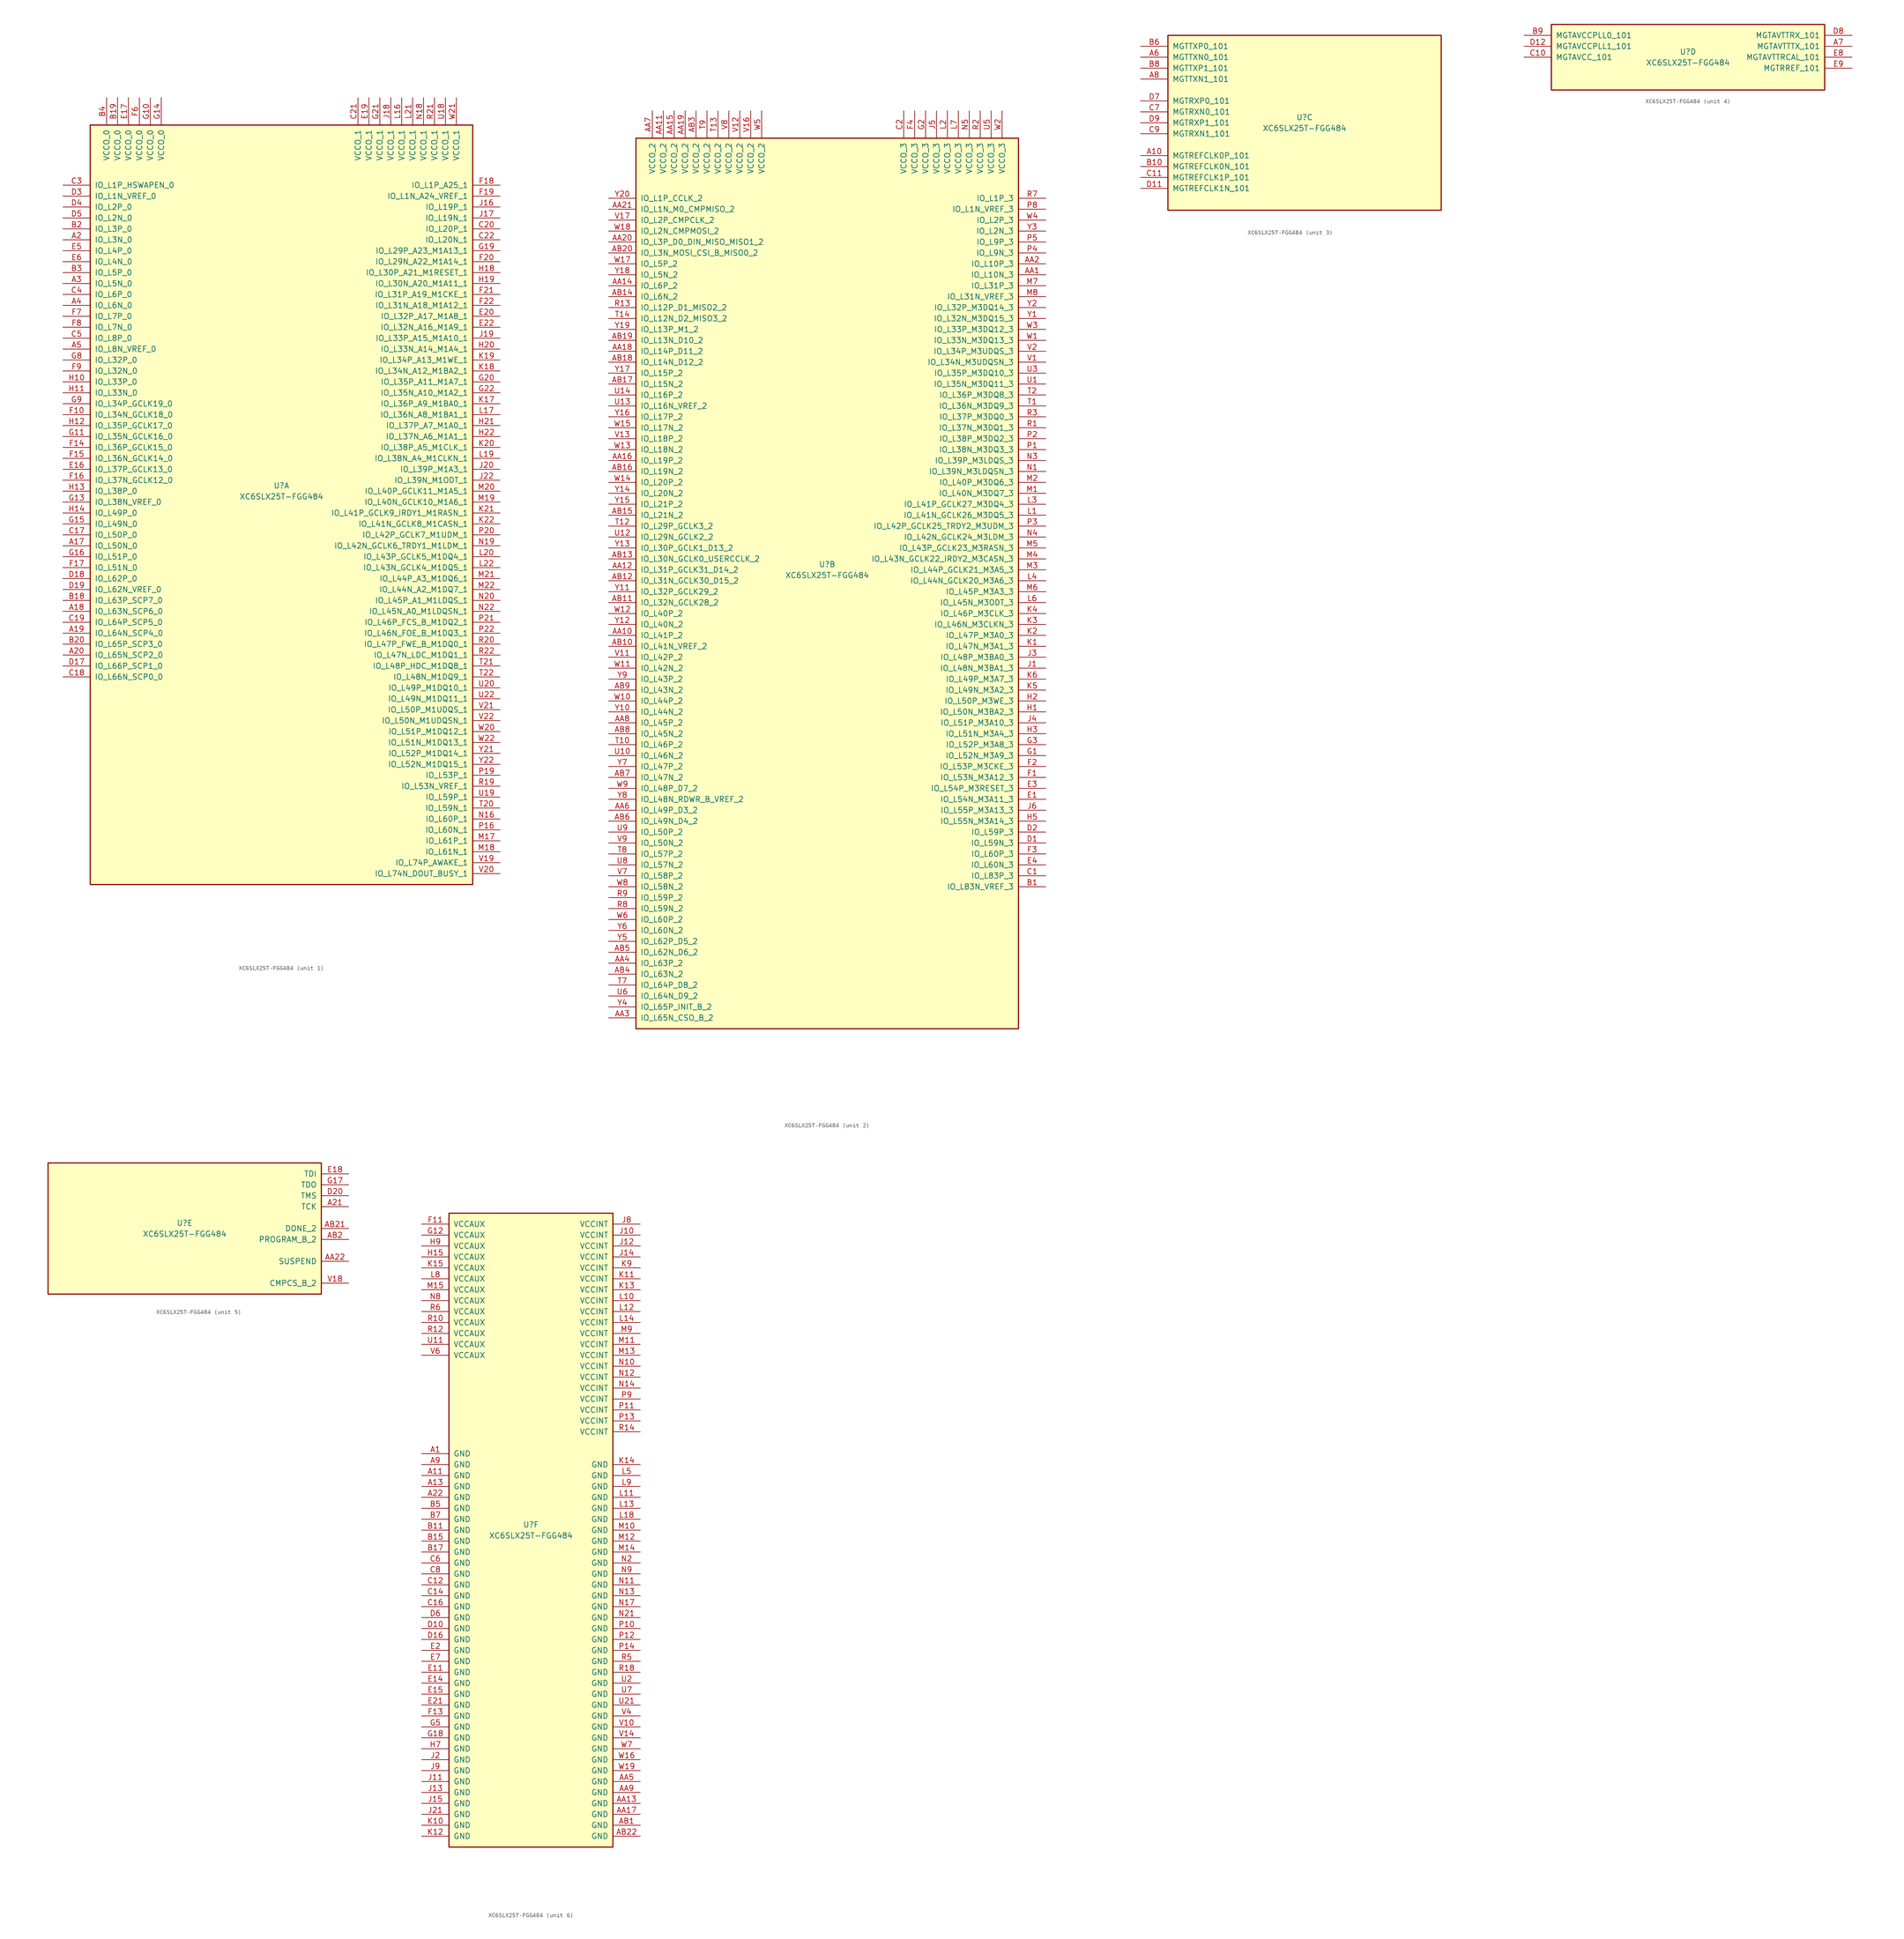
<source format=kicad_sym>
(kicad_symbol_lib
  (version 20201005)
  (generator kicad_symbol_editor)
  (symbol "FPGA_Xilinx_Spartan6:XC6SLX25T-FGG484"
    (pin_names
      (offset 1.016))
    (property "Reference" "U"
      (at 0 1.27 0)
      (effects (font (size 1.27 1.27))))
    (property "Value" "XC6SLX25T-FGG484"
      (at 0 -1.27 0)
      (effects (font (size 1.27 1.27))))
    (property "Datasheet" ""
      (at 0 0 0)
      (effects (font (size 1.27 1.27))))
    (property "ki_locked" ""
      (at 0 0 0)
      (effects (font (size 1.27 1.27))))
    (symbol "XC6SLX25T-FGG484_1_1"
      (rectangle (start -44.45 85.09) (end 44.45 -91.44) (stroke (width 0.254)) (fill (type background)))
      (pin power_in line (at -40.64 91.44 270) (length 6.35) (name "VCCO_0" (effects (font (size 1.27 1.27)))) (number "B4" (effects (font (size 1.27 1.27)))))
      (pin power_in line (at -38.1 91.44 270) (length 6.35) (name "VCCO_0" (effects (font (size 1.27 1.27)))) (number "B19" (effects (font (size 1.27 1.27)))))
      (pin power_in line (at -35.56 91.44 270) (length 6.35) (name "VCCO_0" (effects (font (size 1.27 1.27)))) (number "E17" (effects (font (size 1.27 1.27)))))
      (pin power_in line (at -33.02 91.44 270) (length 6.35) (name "VCCO_0" (effects (font (size 1.27 1.27)))) (number "F6" (effects (font (size 1.27 1.27)))))
      (pin power_in line (at -30.48 91.44 270) (length 6.35) (name "VCCO_0" (effects (font (size 1.27 1.27)))) (number "G10" (effects (font (size 1.27 1.27)))))
      (pin power_in line (at -27.94 91.44 270) (length 6.35) (name "VCCO_0" (effects (font (size 1.27 1.27)))) (number "G14" (effects (font (size 1.27 1.27)))))
      (pin bidirectional line (at -50.8 71.12 0) (length 6.35) (name "IO_L1P_HSWAPEN_0" (effects (font (size 1.27 1.27)))) (number "C3" (effects (font (size 1.27 1.27)))))
      (pin bidirectional line (at -50.8 68.58 0) (length 6.35) (name "IO_L1N_VREF_0" (effects (font (size 1.27 1.27)))) (number "D3" (effects (font (size 1.27 1.27)))))
      (pin bidirectional line (at -50.8 66.04 0) (length 6.35) (name "IO_L2P_0" (effects (font (size 1.27 1.27)))) (number "D4" (effects (font (size 1.27 1.27)))))
      (pin bidirectional line (at -50.8 63.5 0) (length 6.35) (name "IO_L2N_0" (effects (font (size 1.27 1.27)))) (number "D5" (effects (font (size 1.27 1.27)))))
      (pin bidirectional line (at -50.8 60.96 0) (length 6.35) (name "IO_L3P_0" (effects (font (size 1.27 1.27)))) (number "B2" (effects (font (size 1.27 1.27)))))
      (pin bidirectional line (at -50.8 58.42 0) (length 6.35) (name "IO_L3N_0" (effects (font (size 1.27 1.27)))) (number "A2" (effects (font (size 1.27 1.27)))))
      (pin bidirectional line (at -50.8 55.88 0) (length 6.35) (name "IO_L4P_0" (effects (font (size 1.27 1.27)))) (number "E5" (effects (font (size 1.27 1.27)))))
      (pin bidirectional line (at -50.8 53.34 0) (length 6.35) (name "IO_L4N_0" (effects (font (size 1.27 1.27)))) (number "E6" (effects (font (size 1.27 1.27)))))
      (pin bidirectional line (at -50.8 50.8 0) (length 6.35) (name "IO_L5P_0" (effects (font (size 1.27 1.27)))) (number "B3" (effects (font (size 1.27 1.27)))))
      (pin bidirectional line (at -50.8 48.26 0) (length 6.35) (name "IO_L5N_0" (effects (font (size 1.27 1.27)))) (number "A3" (effects (font (size 1.27 1.27)))))
      (pin bidirectional line (at -50.8 45.72 0) (length 6.35) (name "IO_L6P_0" (effects (font (size 1.27 1.27)))) (number "C4" (effects (font (size 1.27 1.27)))))
      (pin bidirectional line (at -50.8 43.18 0) (length 6.35) (name "IO_L6N_0" (effects (font (size 1.27 1.27)))) (number "A4" (effects (font (size 1.27 1.27)))))
      (pin bidirectional line (at -50.8 40.64 0) (length 6.35) (name "IO_L7P_0" (effects (font (size 1.27 1.27)))) (number "F7" (effects (font (size 1.27 1.27)))))
      (pin bidirectional line (at -50.8 38.1 0) (length 6.35) (name "IO_L7N_0" (effects (font (size 1.27 1.27)))) (number "F8" (effects (font (size 1.27 1.27)))))
      (pin bidirectional line (at -50.8 35.56 0) (length 6.35) (name "IO_L8P_0" (effects (font (size 1.27 1.27)))) (number "C5" (effects (font (size 1.27 1.27)))))
      (pin bidirectional line (at -50.8 33.02 0) (length 6.35) (name "IO_L8N_VREF_0" (effects (font (size 1.27 1.27)))) (number "A5" (effects (font (size 1.27 1.27)))))
      (pin bidirectional line (at -50.8 30.48 0) (length 6.35) (name "IO_L32P_0" (effects (font (size 1.27 1.27)))) (number "G8" (effects (font (size 1.27 1.27)))))
      (pin bidirectional line (at -50.8 27.94 0) (length 6.35) (name "IO_L32N_0" (effects (font (size 1.27 1.27)))) (number "F9" (effects (font (size 1.27 1.27)))))
      (pin bidirectional line (at -50.8 25.4 0) (length 6.35) (name "IO_L33P_0" (effects (font (size 1.27 1.27)))) (number "H10" (effects (font (size 1.27 1.27)))))
      (pin bidirectional line (at -50.8 22.86 0) (length 6.35) (name "IO_L33N_0" (effects (font (size 1.27 1.27)))) (number "H11" (effects (font (size 1.27 1.27)))))
      (pin bidirectional line (at -50.8 20.32 0) (length 6.35) (name "IO_L34P_GCLK19_0" (effects (font (size 1.27 1.27)))) (number "G9" (effects (font (size 1.27 1.27)))))
      (pin bidirectional line (at -50.8 17.78 0) (length 6.35) (name "IO_L34N_GCLK18_0" (effects (font (size 1.27 1.27)))) (number "F10" (effects (font (size 1.27 1.27)))))
      (pin bidirectional line (at -50.8 15.24 0) (length 6.35) (name "IO_L35P_GCLK17_0" (effects (font (size 1.27 1.27)))) (number "H12" (effects (font (size 1.27 1.27)))))
      (pin bidirectional line (at -50.8 12.7 0) (length 6.35) (name "IO_L35N_GCLK16_0" (effects (font (size 1.27 1.27)))) (number "G11" (effects (font (size 1.27 1.27)))))
      (pin bidirectional line (at -50.8 10.16 0) (length 6.35) (name "IO_L36P_GCLK15_0" (effects (font (size 1.27 1.27)))) (number "F14" (effects (font (size 1.27 1.27)))))
      (pin bidirectional line (at -50.8 7.62 0) (length 6.35) (name "IO_L36N_GCLK14_0" (effects (font (size 1.27 1.27)))) (number "F15" (effects (font (size 1.27 1.27)))))
      (pin bidirectional line (at -50.8 5.08 0) (length 6.35) (name "IO_L37P_GCLK13_0" (effects (font (size 1.27 1.27)))) (number "E16" (effects (font (size 1.27 1.27)))))
      (pin bidirectional line (at -50.8 2.54 0) (length 6.35) (name "IO_L37N_GCLK12_0" (effects (font (size 1.27 1.27)))) (number "F16" (effects (font (size 1.27 1.27)))))
      (pin bidirectional line (at -50.8 0 0) (length 6.35) (name "IO_L38P_0" (effects (font (size 1.27 1.27)))) (number "H13" (effects (font (size 1.27 1.27)))))
      (pin bidirectional line (at -50.8 -2.54 0) (length 6.35) (name "IO_L38N_VREF_0" (effects (font (size 1.27 1.27)))) (number "G13" (effects (font (size 1.27 1.27)))))
      (pin bidirectional line (at -50.8 -5.08 0) (length 6.35) (name "IO_L49P_0" (effects (font (size 1.27 1.27)))) (number "H14" (effects (font (size 1.27 1.27)))))
      (pin bidirectional line (at -50.8 -7.62 0) (length 6.35) (name "IO_L49N_0" (effects (font (size 1.27 1.27)))) (number "G15" (effects (font (size 1.27 1.27)))))
      (pin bidirectional line (at -50.8 -10.16 0) (length 6.35) (name "IO_L50P_0" (effects (font (size 1.27 1.27)))) (number "C17" (effects (font (size 1.27 1.27)))))
      (pin bidirectional line (at -50.8 -12.7 0) (length 6.35) (name "IO_L50N_0" (effects (font (size 1.27 1.27)))) (number "A17" (effects (font (size 1.27 1.27)))))
      (pin bidirectional line (at -50.8 -15.24 0) (length 6.35) (name "IO_L51P_0" (effects (font (size 1.27 1.27)))) (number "G16" (effects (font (size 1.27 1.27)))))
      (pin bidirectional line (at -50.8 -17.78 0) (length 6.35) (name "IO_L51N_0" (effects (font (size 1.27 1.27)))) (number "F17" (effects (font (size 1.27 1.27)))))
      (pin bidirectional line (at -50.8 -20.32 0) (length 6.35) (name "IO_L62P_0" (effects (font (size 1.27 1.27)))) (number "D18" (effects (font (size 1.27 1.27)))))
      (pin bidirectional line (at -50.8 -22.86 0) (length 6.35) (name "IO_L62N_VREF_0" (effects (font (size 1.27 1.27)))) (number "D19" (effects (font (size 1.27 1.27)))))
      (pin bidirectional line (at -50.8 -25.4 0) (length 6.35) (name "IO_L63P_SCP7_0" (effects (font (size 1.27 1.27)))) (number "B18" (effects (font (size 1.27 1.27)))))
      (pin bidirectional line (at -50.8 -27.94 0) (length 6.35) (name "IO_L63N_SCP6_0" (effects (font (size 1.27 1.27)))) (number "A18" (effects (font (size 1.27 1.27)))))
      (pin bidirectional line (at -50.8 -30.48 0) (length 6.35) (name "IO_L64P_SCP5_0" (effects (font (size 1.27 1.27)))) (number "C19" (effects (font (size 1.27 1.27)))))
      (pin bidirectional line (at -50.8 -33.02 0) (length 6.35) (name "IO_L64N_SCP4_0" (effects (font (size 1.27 1.27)))) (number "A19" (effects (font (size 1.27 1.27)))))
      (pin bidirectional line (at -50.8 -35.56 0) (length 6.35) (name "IO_L65P_SCP3_0" (effects (font (size 1.27 1.27)))) (number "B20" (effects (font (size 1.27 1.27)))))
      (pin bidirectional line (at -50.8 -38.1 0) (length 6.35) (name "IO_L65N_SCP2_0" (effects (font (size 1.27 1.27)))) (number "A20" (effects (font (size 1.27 1.27)))))
      (pin bidirectional line (at -50.8 -40.64 0) (length 6.35) (name "IO_L66P_SCP1_0" (effects (font (size 1.27 1.27)))) (number "D17" (effects (font (size 1.27 1.27)))))
      (pin bidirectional line (at -50.8 -43.18 0) (length 6.35) (name "IO_L66N_SCP0_0" (effects (font (size 1.27 1.27)))) (number "C18" (effects (font (size 1.27 1.27)))))
      (pin power_in line (at 17.78 91.44 270) (length 6.35) (name "VCCO_1" (effects (font (size 1.27 1.27)))) (number "C21" (effects (font (size 1.27 1.27)))))
      (pin power_in line (at 20.32 91.44 270) (length 6.35) (name "VCCO_1" (effects (font (size 1.27 1.27)))) (number "E19" (effects (font (size 1.27 1.27)))))
      (pin power_in line (at 22.86 91.44 270) (length 6.35) (name "VCCO_1" (effects (font (size 1.27 1.27)))) (number "G21" (effects (font (size 1.27 1.27)))))
      (pin power_in line (at 25.4 91.44 270) (length 6.35) (name "VCCO_1" (effects (font (size 1.27 1.27)))) (number "J18" (effects (font (size 1.27 1.27)))))
      (pin power_in line (at 27.94 91.44 270) (length 6.35) (name "VCCO_1" (effects (font (size 1.27 1.27)))) (number "L16" (effects (font (size 1.27 1.27)))))
      (pin power_in line (at 30.48 91.44 270) (length 6.35) (name "VCCO_1" (effects (font (size 1.27 1.27)))) (number "L21" (effects (font (size 1.27 1.27)))))
      (pin power_in line (at 33.02 91.44 270) (length 6.35) (name "VCCO_1" (effects (font (size 1.27 1.27)))) (number "N18" (effects (font (size 1.27 1.27)))))
      (pin power_in line (at 35.56 91.44 270) (length 6.35) (name "VCCO_1" (effects (font (size 1.27 1.27)))) (number "R21" (effects (font (size 1.27 1.27)))))
      (pin power_in line (at 38.1 91.44 270) (length 6.35) (name "VCCO_1" (effects (font (size 1.27 1.27)))) (number "U18" (effects (font (size 1.27 1.27)))))
      (pin power_in line (at 40.64 91.44 270) (length 6.35) (name "VCCO_1" (effects (font (size 1.27 1.27)))) (number "W21" (effects (font (size 1.27 1.27)))))
      (pin bidirectional line (at 50.8 71.12 180) (length 6.35) (name "IO_L1P_A25_1" (effects (font (size 1.27 1.27)))) (number "F18" (effects (font (size 1.27 1.27)))))
      (pin bidirectional line (at 50.8 68.58 180) (length 6.35) (name "IO_L1N_A24_VREF_1" (effects (font (size 1.27 1.27)))) (number "F19" (effects (font (size 1.27 1.27)))))
      (pin bidirectional line (at 50.8 66.04 180) (length 6.35) (name "IO_L19P_1" (effects (font (size 1.27 1.27)))) (number "J16" (effects (font (size 1.27 1.27)))))
      (pin bidirectional line (at 50.8 63.5 180) (length 6.35) (name "IO_L19N_1" (effects (font (size 1.27 1.27)))) (number "J17" (effects (font (size 1.27 1.27)))))
      (pin bidirectional line (at 50.8 60.96 180) (length 6.35) (name "IO_L20P_1" (effects (font (size 1.27 1.27)))) (number "C20" (effects (font (size 1.27 1.27)))))
      (pin bidirectional line (at 50.8 58.42 180) (length 6.35) (name "IO_L20N_1" (effects (font (size 1.27 1.27)))) (number "C22" (effects (font (size 1.27 1.27)))))
      (pin bidirectional line (at 50.8 55.88 180) (length 6.35) (name "IO_L29P_A23_M1A13_1" (effects (font (size 1.27 1.27)))) (number "G19" (effects (font (size 1.27 1.27)))))
      (pin bidirectional line (at 50.8 53.34 180) (length 6.35) (name "IO_L29N_A22_M1A14_1" (effects (font (size 1.27 1.27)))) (number "F20" (effects (font (size 1.27 1.27)))))
      (pin bidirectional line (at 50.8 50.8 180) (length 6.35) (name "IO_L30P_A21_M1RESET_1" (effects (font (size 1.27 1.27)))) (number "H18" (effects (font (size 1.27 1.27)))))
      (pin bidirectional line (at 50.8 48.26 180) (length 6.35) (name "IO_L30N_A20_M1A11_1" (effects (font (size 1.27 1.27)))) (number "H19" (effects (font (size 1.27 1.27)))))
      (pin bidirectional line (at 50.8 45.72 180) (length 6.35) (name "IO_L31P_A19_M1CKE_1" (effects (font (size 1.27 1.27)))) (number "F21" (effects (font (size 1.27 1.27)))))
      (pin bidirectional line (at 50.8 43.18 180) (length 6.35) (name "IO_L31N_A18_M1A12_1" (effects (font (size 1.27 1.27)))) (number "F22" (effects (font (size 1.27 1.27)))))
      (pin bidirectional line (at 50.8 40.64 180) (length 6.35) (name "IO_L32P_A17_M1A8_1" (effects (font (size 1.27 1.27)))) (number "E20" (effects (font (size 1.27 1.27)))))
      (pin bidirectional line (at 50.8 38.1 180) (length 6.35) (name "IO_L32N_A16_M1A9_1" (effects (font (size 1.27 1.27)))) (number "E22" (effects (font (size 1.27 1.27)))))
      (pin bidirectional line (at 50.8 35.56 180) (length 6.35) (name "IO_L33P_A15_M1A10_1" (effects (font (size 1.27 1.27)))) (number "J19" (effects (font (size 1.27 1.27)))))
      (pin bidirectional line (at 50.8 33.02 180) (length 6.35) (name "IO_L33N_A14_M1A4_1" (effects (font (size 1.27 1.27)))) (number "H20" (effects (font (size 1.27 1.27)))))
      (pin bidirectional line (at 50.8 30.48 180) (length 6.35) (name "IO_L34P_A13_M1WE_1" (effects (font (size 1.27 1.27)))) (number "K19" (effects (font (size 1.27 1.27)))))
      (pin bidirectional line (at 50.8 27.94 180) (length 6.35) (name "IO_L34N_A12_M1BA2_1" (effects (font (size 1.27 1.27)))) (number "K18" (effects (font (size 1.27 1.27)))))
      (pin bidirectional line (at 50.8 25.4 180) (length 6.35) (name "IO_L35P_A11_M1A7_1" (effects (font (size 1.27 1.27)))) (number "G20" (effects (font (size 1.27 1.27)))))
      (pin bidirectional line (at 50.8 22.86 180) (length 6.35) (name "IO_L35N_A10_M1A2_1" (effects (font (size 1.27 1.27)))) (number "G22" (effects (font (size 1.27 1.27)))))
      (pin bidirectional line (at 50.8 20.32 180) (length 6.35) (name "IO_L36P_A9_M1BA0_1" (effects (font (size 1.27 1.27)))) (number "K17" (effects (font (size 1.27 1.27)))))
      (pin bidirectional line (at 50.8 17.78 180) (length 6.35) (name "IO_L36N_A8_M1BA1_1" (effects (font (size 1.27 1.27)))) (number "L17" (effects (font (size 1.27 1.27)))))
      (pin bidirectional line (at 50.8 15.24 180) (length 6.35) (name "IO_L37P_A7_M1A0_1" (effects (font (size 1.27 1.27)))) (number "H21" (effects (font (size 1.27 1.27)))))
      (pin bidirectional line (at 50.8 12.7 180) (length 6.35) (name "IO_L37N_A6_M1A1_1" (effects (font (size 1.27 1.27)))) (number "H22" (effects (font (size 1.27 1.27)))))
      (pin bidirectional line (at 50.8 10.16 180) (length 6.35) (name "IO_L38P_A5_M1CLK_1" (effects (font (size 1.27 1.27)))) (number "K20" (effects (font (size 1.27 1.27)))))
      (pin bidirectional line (at 50.8 7.62 180) (length 6.35) (name "IO_L38N_A4_M1CLKN_1" (effects (font (size 1.27 1.27)))) (number "L19" (effects (font (size 1.27 1.27)))))
      (pin bidirectional line (at 50.8 5.08 180) (length 6.35) (name "IO_L39P_M1A3_1" (effects (font (size 1.27 1.27)))) (number "J20" (effects (font (size 1.27 1.27)))))
      (pin bidirectional line (at 50.8 2.54 180) (length 6.35) (name "IO_L39N_M1ODT_1" (effects (font (size 1.27 1.27)))) (number "J22" (effects (font (size 1.27 1.27)))))
      (pin bidirectional line (at 50.8 0 180) (length 6.35) (name "IO_L40P_GCLK11_M1A5_1" (effects (font (size 1.27 1.27)))) (number "M20" (effects (font (size 1.27 1.27)))))
      (pin bidirectional line (at 50.8 -2.54 180) (length 6.35) (name "IO_L40N_GCLK10_M1A6_1" (effects (font (size 1.27 1.27)))) (number "M19" (effects (font (size 1.27 1.27)))))
      (pin bidirectional line (at 50.8 -5.08 180) (length 6.35) (name "IO_L41P_GCLK9_IRDY1_M1RASN_1" (effects (font (size 1.27 1.27)))) (number "K21" (effects (font (size 1.27 1.27)))))
      (pin bidirectional line (at 50.8 -7.62 180) (length 6.35) (name "IO_L41N_GCLK8_M1CASN_1" (effects (font (size 1.27 1.27)))) (number "K22" (effects (font (size 1.27 1.27)))))
      (pin bidirectional line (at 50.8 -10.16 180) (length 6.35) (name "IO_L42P_GCLK7_M1UDM_1" (effects (font (size 1.27 1.27)))) (number "P20" (effects (font (size 1.27 1.27)))))
      (pin bidirectional line (at 50.8 -12.7 180) (length 6.35) (name "IO_L42N_GCLK6_TRDY1_M1LDM_1" (effects (font (size 1.27 1.27)))) (number "N19" (effects (font (size 1.27 1.27)))))
      (pin bidirectional line (at 50.8 -15.24 180) (length 6.35) (name "IO_L43P_GCLK5_M1DQ4_1" (effects (font (size 1.27 1.27)))) (number "L20" (effects (font (size 1.27 1.27)))))
      (pin bidirectional line (at 50.8 -17.78 180) (length 6.35) (name "IO_L43N_GCLK4_M1DQ5_1" (effects (font (size 1.27 1.27)))) (number "L22" (effects (font (size 1.27 1.27)))))
      (pin bidirectional line (at 50.8 -20.32 180) (length 6.35) (name "IO_L44P_A3_M1DQ6_1" (effects (font (size 1.27 1.27)))) (number "M21" (effects (font (size 1.27 1.27)))))
      (pin bidirectional line (at 50.8 -22.86 180) (length 6.35) (name "IO_L44N_A2_M1DQ7_1" (effects (font (size 1.27 1.27)))) (number "M22" (effects (font (size 1.27 1.27)))))
      (pin bidirectional line (at 50.8 -25.4 180) (length 6.35) (name "IO_L45P_A1_M1LDQS_1" (effects (font (size 1.27 1.27)))) (number "N20" (effects (font (size 1.27 1.27)))))
      (pin bidirectional line (at 50.8 -27.94 180) (length 6.35) (name "IO_L45N_A0_M1LDQSN_1" (effects (font (size 1.27 1.27)))) (number "N22" (effects (font (size 1.27 1.27)))))
      (pin bidirectional line (at 50.8 -30.48 180) (length 6.35) (name "IO_L46P_FCS_B_M1DQ2_1" (effects (font (size 1.27 1.27)))) (number "P21" (effects (font (size 1.27 1.27)))))
      (pin bidirectional line (at 50.8 -33.02 180) (length 6.35) (name "IO_L46N_FOE_B_M1DQ3_1" (effects (font (size 1.27 1.27)))) (number "P22" (effects (font (size 1.27 1.27)))))
      (pin bidirectional line (at 50.8 -35.56 180) (length 6.35) (name "IO_L47P_FWE_B_M1DQ0_1" (effects (font (size 1.27 1.27)))) (number "R20" (effects (font (size 1.27 1.27)))))
      (pin bidirectional line (at 50.8 -38.1 180) (length 6.35) (name "IO_L47N_LDC_M1DQ1_1" (effects (font (size 1.27 1.27)))) (number "R22" (effects (font (size 1.27 1.27)))))
      (pin bidirectional line (at 50.8 -40.64 180) (length 6.35) (name "IO_L48P_HDC_M1DQ8_1" (effects (font (size 1.27 1.27)))) (number "T21" (effects (font (size 1.27 1.27)))))
      (pin bidirectional line (at 50.8 -43.18 180) (length 6.35) (name "IO_L48N_M1DQ9_1" (effects (font (size 1.27 1.27)))) (number "T22" (effects (font (size 1.27 1.27)))))
      (pin bidirectional line (at 50.8 -45.72 180) (length 6.35) (name "IO_L49P_M1DQ10_1" (effects (font (size 1.27 1.27)))) (number "U20" (effects (font (size 1.27 1.27)))))
      (pin bidirectional line (at 50.8 -48.26 180) (length 6.35) (name "IO_L49N_M1DQ11_1" (effects (font (size 1.27 1.27)))) (number "U22" (effects (font (size 1.27 1.27)))))
      (pin bidirectional line (at 50.8 -50.8 180) (length 6.35) (name "IO_L50P_M1UDQS_1" (effects (font (size 1.27 1.27)))) (number "V21" (effects (font (size 1.27 1.27)))))
      (pin bidirectional line (at 50.8 -53.34 180) (length 6.35) (name "IO_L50N_M1UDQSN_1" (effects (font (size 1.27 1.27)))) (number "V22" (effects (font (size 1.27 1.27)))))
      (pin bidirectional line (at 50.8 -55.88 180) (length 6.35) (name "IO_L51P_M1DQ12_1" (effects (font (size 1.27 1.27)))) (number "W20" (effects (font (size 1.27 1.27)))))
      (pin bidirectional line (at 50.8 -58.42 180) (length 6.35) (name "IO_L51N_M1DQ13_1" (effects (font (size 1.27 1.27)))) (number "W22" (effects (font (size 1.27 1.27)))))
      (pin bidirectional line (at 50.8 -60.96 180) (length 6.35) (name "IO_L52P_M1DQ14_1" (effects (font (size 1.27 1.27)))) (number "Y21" (effects (font (size 1.27 1.27)))))
      (pin bidirectional line (at 50.8 -63.5 180) (length 6.35) (name "IO_L52N_M1DQ15_1" (effects (font (size 1.27 1.27)))) (number "Y22" (effects (font (size 1.27 1.27)))))
      (pin bidirectional line (at 50.8 -66.04 180) (length 6.35) (name "IO_L53P_1" (effects (font (size 1.27 1.27)))) (number "P19" (effects (font (size 1.27 1.27)))))
      (pin bidirectional line (at 50.8 -68.58 180) (length 6.35) (name "IO_L53N_VREF_1" (effects (font (size 1.27 1.27)))) (number "R19" (effects (font (size 1.27 1.27)))))
      (pin bidirectional line (at 50.8 -71.12 180) (length 6.35) (name "IO_L59P_1" (effects (font (size 1.27 1.27)))) (number "U19" (effects (font (size 1.27 1.27)))))
      (pin bidirectional line (at 50.8 -73.66 180) (length 6.35) (name "IO_L59N_1" (effects (font (size 1.27 1.27)))) (number "T20" (effects (font (size 1.27 1.27)))))
      (pin bidirectional line (at 50.8 -76.2 180) (length 6.35) (name "IO_L60P_1" (effects (font (size 1.27 1.27)))) (number "N16" (effects (font (size 1.27 1.27)))))
      (pin bidirectional line (at 50.8 -78.74 180) (length 6.35) (name "IO_L60N_1" (effects (font (size 1.27 1.27)))) (number "P16" (effects (font (size 1.27 1.27)))))
      (pin bidirectional line (at 50.8 -81.28 180) (length 6.35) (name "IO_L61P_1" (effects (font (size 1.27 1.27)))) (number "M17" (effects (font (size 1.27 1.27)))))
      (pin bidirectional line (at 50.8 -83.82 180) (length 6.35) (name "IO_L61N_1" (effects (font (size 1.27 1.27)))) (number "M18" (effects (font (size 1.27 1.27)))))
      (pin bidirectional line (at 50.8 -86.36 180) (length 6.35) (name "IO_L74P_AWAKE_1" (effects (font (size 1.27 1.27)))) (number "V19" (effects (font (size 1.27 1.27)))))
      (pin bidirectional line (at 50.8 -88.9 180) (length 6.35) (name "IO_L74N_DOUT_BUSY_1" (effects (font (size 1.27 1.27)))) (number "V20" (effects (font (size 1.27 1.27))))))
    (symbol "XC6SLX25T-FGG484_2_1"
      (rectangle (start -44.45 100.33) (end 44.45 -106.68) (stroke (width 0.254)) (fill (type background)))
      (pin power_in line (at -40.64 106.68 270) (length 6.35) (name "VCCO_2" (effects (font (size 1.27 1.27)))) (number "AA7" (effects (font (size 1.27 1.27)))))
      (pin power_in line (at -38.1 106.68 270) (length 6.35) (name "VCCO_2" (effects (font (size 1.27 1.27)))) (number "AA11" (effects (font (size 1.27 1.27)))))
      (pin power_in line (at -35.56 106.68 270) (length 6.35) (name "VCCO_2" (effects (font (size 1.27 1.27)))) (number "AA15" (effects (font (size 1.27 1.27)))))
      (pin power_in line (at -33.02 106.68 270) (length 6.35) (name "VCCO_2" (effects (font (size 1.27 1.27)))) (number "AA19" (effects (font (size 1.27 1.27)))))
      (pin power_in line (at -30.48 106.68 270) (length 6.35) (name "VCCO_2" (effects (font (size 1.27 1.27)))) (number "AB3" (effects (font (size 1.27 1.27)))))
      (pin power_in line (at -27.94 106.68 270) (length 6.35) (name "VCCO_2" (effects (font (size 1.27 1.27)))) (number "T9" (effects (font (size 1.27 1.27)))))
      (pin power_in line (at -25.4 106.68 270) (length 6.35) (name "VCCO_2" (effects (font (size 1.27 1.27)))) (number "T13" (effects (font (size 1.27 1.27)))))
      (pin power_in line (at -22.86 106.68 270) (length 6.35) (name "VCCO_2" (effects (font (size 1.27 1.27)))) (number "V8" (effects (font (size 1.27 1.27)))))
      (pin power_in line (at -20.32 106.68 270) (length 6.35) (name "VCCO_2" (effects (font (size 1.27 1.27)))) (number "V12" (effects (font (size 1.27 1.27)))))
      (pin power_in line (at -17.78 106.68 270) (length 6.35) (name "VCCO_2" (effects (font (size 1.27 1.27)))) (number "V16" (effects (font (size 1.27 1.27)))))
      (pin power_in line (at -15.24 106.68 270) (length 6.35) (name "VCCO_2" (effects (font (size 1.27 1.27)))) (number "W5" (effects (font (size 1.27 1.27)))))
      (pin bidirectional line (at -50.8 86.36 0) (length 6.35) (name "IO_L1P_CCLK_2" (effects (font (size 1.27 1.27)))) (number "Y20" (effects (font (size 1.27 1.27)))))
      (pin bidirectional line (at -50.8 83.82 0) (length 6.35) (name "IO_L1N_M0_CMPMISO_2" (effects (font (size 1.27 1.27)))) (number "AA21" (effects (font (size 1.27 1.27)))))
      (pin bidirectional line (at -50.8 81.28 0) (length 6.35) (name "IO_L2P_CMPCLK_2" (effects (font (size 1.27 1.27)))) (number "V17" (effects (font (size 1.27 1.27)))))
      (pin bidirectional line (at -50.8 78.74 0) (length 6.35) (name "IO_L2N_CMPMOSI_2" (effects (font (size 1.27 1.27)))) (number "W18" (effects (font (size 1.27 1.27)))))
      (pin bidirectional line (at -50.8 76.2 0) (length 6.35) (name "IO_L3P_D0_DIN_MISO_MISO1_2" (effects (font (size 1.27 1.27)))) (number "AA20" (effects (font (size 1.27 1.27)))))
      (pin bidirectional line (at -50.8 73.66 0) (length 6.35) (name "IO_L3N_MOSI_CSI_B_MISO0_2" (effects (font (size 1.27 1.27)))) (number "AB20" (effects (font (size 1.27 1.27)))))
      (pin bidirectional line (at -50.8 71.12 0) (length 6.35) (name "IO_L5P_2" (effects (font (size 1.27 1.27)))) (number "W17" (effects (font (size 1.27 1.27)))))
      (pin bidirectional line (at -50.8 68.58 0) (length 6.35) (name "IO_L5N_2" (effects (font (size 1.27 1.27)))) (number "Y18" (effects (font (size 1.27 1.27)))))
      (pin bidirectional line (at -50.8 66.04 0) (length 6.35) (name "IO_L6P_2" (effects (font (size 1.27 1.27)))) (number "AA14" (effects (font (size 1.27 1.27)))))
      (pin bidirectional line (at -50.8 63.5 0) (length 6.35) (name "IO_L6N_2" (effects (font (size 1.27 1.27)))) (number "AB14" (effects (font (size 1.27 1.27)))))
      (pin bidirectional line (at -50.8 60.96 0) (length 6.35) (name "IO_L12P_D1_MISO2_2" (effects (font (size 1.27 1.27)))) (number "R13" (effects (font (size 1.27 1.27)))))
      (pin bidirectional line (at -50.8 58.42 0) (length 6.35) (name "IO_L12N_D2_MISO3_2" (effects (font (size 1.27 1.27)))) (number "T14" (effects (font (size 1.27 1.27)))))
      (pin bidirectional line (at -50.8 55.88 0) (length 6.35) (name "IO_L13P_M1_2" (effects (font (size 1.27 1.27)))) (number "Y19" (effects (font (size 1.27 1.27)))))
      (pin bidirectional line (at -50.8 53.34 0) (length 6.35) (name "IO_L13N_D10_2" (effects (font (size 1.27 1.27)))) (number "AB19" (effects (font (size 1.27 1.27)))))
      (pin bidirectional line (at -50.8 50.8 0) (length 6.35) (name "IO_L14P_D11_2" (effects (font (size 1.27 1.27)))) (number "AA18" (effects (font (size 1.27 1.27)))))
      (pin bidirectional line (at -50.8 48.26 0) (length 6.35) (name "IO_L14N_D12_2" (effects (font (size 1.27 1.27)))) (number "AB18" (effects (font (size 1.27 1.27)))))
      (pin bidirectional line (at -50.8 45.72 0) (length 6.35) (name "IO_L15P_2" (effects (font (size 1.27 1.27)))) (number "Y17" (effects (font (size 1.27 1.27)))))
      (pin bidirectional line (at -50.8 43.18 0) (length 6.35) (name "IO_L15N_2" (effects (font (size 1.27 1.27)))) (number "AB17" (effects (font (size 1.27 1.27)))))
      (pin bidirectional line (at -50.8 40.64 0) (length 6.35) (name "IO_L16P_2" (effects (font (size 1.27 1.27)))) (number "U14" (effects (font (size 1.27 1.27)))))
      (pin bidirectional line (at -50.8 38.1 0) (length 6.35) (name "IO_L16N_VREF_2" (effects (font (size 1.27 1.27)))) (number "U13" (effects (font (size 1.27 1.27)))))
      (pin bidirectional line (at -50.8 35.56 0) (length 6.35) (name "IO_L17P_2" (effects (font (size 1.27 1.27)))) (number "Y16" (effects (font (size 1.27 1.27)))))
      (pin bidirectional line (at -50.8 33.02 0) (length 6.35) (name "IO_L17N_2" (effects (font (size 1.27 1.27)))) (number "W15" (effects (font (size 1.27 1.27)))))
      (pin bidirectional line (at -50.8 30.48 0) (length 6.35) (name "IO_L18P_2" (effects (font (size 1.27 1.27)))) (number "V13" (effects (font (size 1.27 1.27)))))
      (pin bidirectional line (at -50.8 27.94 0) (length 6.35) (name "IO_L18N_2" (effects (font (size 1.27 1.27)))) (number "W13" (effects (font (size 1.27 1.27)))))
      (pin bidirectional line (at -50.8 25.4 0) (length 6.35) (name "IO_L19P_2" (effects (font (size 1.27 1.27)))) (number "AA16" (effects (font (size 1.27 1.27)))))
      (pin bidirectional line (at -50.8 22.86 0) (length 6.35) (name "IO_L19N_2" (effects (font (size 1.27 1.27)))) (number "AB16" (effects (font (size 1.27 1.27)))))
      (pin bidirectional line (at -50.8 20.32 0) (length 6.35) (name "IO_L20P_2" (effects (font (size 1.27 1.27)))) (number "W14" (effects (font (size 1.27 1.27)))))
      (pin bidirectional line (at -50.8 17.78 0) (length 6.35) (name "IO_L20N_2" (effects (font (size 1.27 1.27)))) (number "Y14" (effects (font (size 1.27 1.27)))))
      (pin bidirectional line (at -50.8 15.24 0) (length 6.35) (name "IO_L21P_2" (effects (font (size 1.27 1.27)))) (number "Y15" (effects (font (size 1.27 1.27)))))
      (pin bidirectional line (at -50.8 12.7 0) (length 6.35) (name "IO_L21N_2" (effects (font (size 1.27 1.27)))) (number "AB15" (effects (font (size 1.27 1.27)))))
      (pin bidirectional line (at -50.8 10.16 0) (length 6.35) (name "IO_L29P_GCLK3_2" (effects (font (size 1.27 1.27)))) (number "T12" (effects (font (size 1.27 1.27)))))
      (pin bidirectional line (at -50.8 7.62 0) (length 6.35) (name "IO_L29N_GCLK2_2" (effects (font (size 1.27 1.27)))) (number "U12" (effects (font (size 1.27 1.27)))))
      (pin bidirectional line (at -50.8 5.08 0) (length 6.35) (name "IO_L30P_GCLK1_D13_2" (effects (font (size 1.27 1.27)))) (number "Y13" (effects (font (size 1.27 1.27)))))
      (pin bidirectional line (at -50.8 2.54 0) (length 6.35) (name "IO_L30N_GCLK0_USERCCLK_2" (effects (font (size 1.27 1.27)))) (number "AB13" (effects (font (size 1.27 1.27)))))
      (pin bidirectional line (at -50.8 0 0) (length 6.35) (name "IO_L31P_GCLK31_D14_2" (effects (font (size 1.27 1.27)))) (number "AA12" (effects (font (size 1.27 1.27)))))
      (pin bidirectional line (at -50.8 -2.54 0) (length 6.35) (name "IO_L31N_GCLK30_D15_2" (effects (font (size 1.27 1.27)))) (number "AB12" (effects (font (size 1.27 1.27)))))
      (pin bidirectional line (at -50.8 -5.08 0) (length 6.35) (name "IO_L32P_GCLK29_2" (effects (font (size 1.27 1.27)))) (number "Y11" (effects (font (size 1.27 1.27)))))
      (pin bidirectional line (at -50.8 -7.62 0) (length 6.35) (name "IO_L32N_GCLK28_2" (effects (font (size 1.27 1.27)))) (number "AB11" (effects (font (size 1.27 1.27)))))
      (pin bidirectional line (at -50.8 -10.16 0) (length 6.35) (name "IO_L40P_2" (effects (font (size 1.27 1.27)))) (number "W12" (effects (font (size 1.27 1.27)))))
      (pin bidirectional line (at -50.8 -12.7 0) (length 6.35) (name "IO_L40N_2" (effects (font (size 1.27 1.27)))) (number "Y12" (effects (font (size 1.27 1.27)))))
      (pin bidirectional line (at -50.8 -15.24 0) (length 6.35) (name "IO_L41P_2" (effects (font (size 1.27 1.27)))) (number "AA10" (effects (font (size 1.27 1.27)))))
      (pin bidirectional line (at -50.8 -17.78 0) (length 6.35) (name "IO_L41N_VREF_2" (effects (font (size 1.27 1.27)))) (number "AB10" (effects (font (size 1.27 1.27)))))
      (pin bidirectional line (at -50.8 -20.32 0) (length 6.35) (name "IO_L42P_2" (effects (font (size 1.27 1.27)))) (number "V11" (effects (font (size 1.27 1.27)))))
      (pin bidirectional line (at -50.8 -22.86 0) (length 6.35) (name "IO_L42N_2" (effects (font (size 1.27 1.27)))) (number "W11" (effects (font (size 1.27 1.27)))))
      (pin bidirectional line (at -50.8 -25.4 0) (length 6.35) (name "IO_L43P_2" (effects (font (size 1.27 1.27)))) (number "Y9" (effects (font (size 1.27 1.27)))))
      (pin bidirectional line (at -50.8 -27.94 0) (length 6.35) (name "IO_L43N_2" (effects (font (size 1.27 1.27)))) (number "AB9" (effects (font (size 1.27 1.27)))))
      (pin bidirectional line (at -50.8 -30.48 0) (length 6.35) (name "IO_L44P_2" (effects (font (size 1.27 1.27)))) (number "W10" (effects (font (size 1.27 1.27)))))
      (pin bidirectional line (at -50.8 -33.02 0) (length 6.35) (name "IO_L44N_2" (effects (font (size 1.27 1.27)))) (number "Y10" (effects (font (size 1.27 1.27)))))
      (pin bidirectional line (at -50.8 -35.56 0) (length 6.35) (name "IO_L45P_2" (effects (font (size 1.27 1.27)))) (number "AA8" (effects (font (size 1.27 1.27)))))
      (pin bidirectional line (at -50.8 -38.1 0) (length 6.35) (name "IO_L45N_2" (effects (font (size 1.27 1.27)))) (number "AB8" (effects (font (size 1.27 1.27)))))
      (pin bidirectional line (at -50.8 -40.64 0) (length 6.35) (name "IO_L46P_2" (effects (font (size 1.27 1.27)))) (number "T10" (effects (font (size 1.27 1.27)))))
      (pin bidirectional line (at -50.8 -43.18 0) (length 6.35) (name "IO_L46N_2" (effects (font (size 1.27 1.27)))) (number "U10" (effects (font (size 1.27 1.27)))))
      (pin bidirectional line (at -50.8 -45.72 0) (length 6.35) (name "IO_L47P_2" (effects (font (size 1.27 1.27)))) (number "Y7" (effects (font (size 1.27 1.27)))))
      (pin bidirectional line (at -50.8 -48.26 0) (length 6.35) (name "IO_L47N_2" (effects (font (size 1.27 1.27)))) (number "AB7" (effects (font (size 1.27 1.27)))))
      (pin bidirectional line (at -50.8 -50.8 0) (length 6.35) (name "IO_L48P_D7_2" (effects (font (size 1.27 1.27)))) (number "W9" (effects (font (size 1.27 1.27)))))
      (pin bidirectional line (at -50.8 -53.34 0) (length 6.35) (name "IO_L48N_RDWR_B_VREF_2" (effects (font (size 1.27 1.27)))) (number "Y8" (effects (font (size 1.27 1.27)))))
      (pin bidirectional line (at -50.8 -55.88 0) (length 6.35) (name "IO_L49P_D3_2" (effects (font (size 1.27 1.27)))) (number "AA6" (effects (font (size 1.27 1.27)))))
      (pin bidirectional line (at -50.8 -58.42 0) (length 6.35) (name "IO_L49N_D4_2" (effects (font (size 1.27 1.27)))) (number "AB6" (effects (font (size 1.27 1.27)))))
      (pin bidirectional line (at -50.8 -60.96 0) (length 6.35) (name "IO_L50P_2" (effects (font (size 1.27 1.27)))) (number "U9" (effects (font (size 1.27 1.27)))))
      (pin bidirectional line (at -50.8 -63.5 0) (length 6.35) (name "IO_L50N_2" (effects (font (size 1.27 1.27)))) (number "V9" (effects (font (size 1.27 1.27)))))
      (pin bidirectional line (at -50.8 -66.04 0) (length 6.35) (name "IO_L57P_2" (effects (font (size 1.27 1.27)))) (number "T8" (effects (font (size 1.27 1.27)))))
      (pin bidirectional line (at -50.8 -68.58 0) (length 6.35) (name "IO_L57N_2" (effects (font (size 1.27 1.27)))) (number "U8" (effects (font (size 1.27 1.27)))))
      (pin bidirectional line (at -50.8 -71.12 0) (length 6.35) (name "IO_L58P_2" (effects (font (size 1.27 1.27)))) (number "V7" (effects (font (size 1.27 1.27)))))
      (pin bidirectional line (at -50.8 -73.66 0) (length 6.35) (name "IO_L58N_2" (effects (font (size 1.27 1.27)))) (number "W8" (effects (font (size 1.27 1.27)))))
      (pin bidirectional line (at -50.8 -76.2 0) (length 6.35) (name "IO_L59P_2" (effects (font (size 1.27 1.27)))) (number "R9" (effects (font (size 1.27 1.27)))))
      (pin bidirectional line (at -50.8 -78.74 0) (length 6.35) (name "IO_L59N_2" (effects (font (size 1.27 1.27)))) (number "R8" (effects (font (size 1.27 1.27)))))
      (pin bidirectional line (at -50.8 -81.28 0) (length 6.35) (name "IO_L60P_2" (effects (font (size 1.27 1.27)))) (number "W6" (effects (font (size 1.27 1.27)))))
      (pin bidirectional line (at -50.8 -83.82 0) (length 6.35) (name "IO_L60N_2" (effects (font (size 1.27 1.27)))) (number "Y6" (effects (font (size 1.27 1.27)))))
      (pin bidirectional line (at -50.8 -86.36 0) (length 6.35) (name "IO_L62P_D5_2" (effects (font (size 1.27 1.27)))) (number "Y5" (effects (font (size 1.27 1.27)))))
      (pin bidirectional line (at -50.8 -88.9 0) (length 6.35) (name "IO_L62N_D6_2" (effects (font (size 1.27 1.27)))) (number "AB5" (effects (font (size 1.27 1.27)))))
      (pin bidirectional line (at -50.8 -91.44 0) (length 6.35) (name "IO_L63P_2" (effects (font (size 1.27 1.27)))) (number "AA4" (effects (font (size 1.27 1.27)))))
      (pin bidirectional line (at -50.8 -93.98 0) (length 6.35) (name "IO_L63N_2" (effects (font (size 1.27 1.27)))) (number "AB4" (effects (font (size 1.27 1.27)))))
      (pin bidirectional line (at -50.8 -96.52 0) (length 6.35) (name "IO_L64P_D8_2" (effects (font (size 1.27 1.27)))) (number "T7" (effects (font (size 1.27 1.27)))))
      (pin bidirectional line (at -50.8 -99.06 0) (length 6.35) (name "IO_L64N_D9_2" (effects (font (size 1.27 1.27)))) (number "U6" (effects (font (size 1.27 1.27)))))
      (pin bidirectional line (at -50.8 -101.6 0) (length 6.35) (name "IO_L65P_INIT_B_2" (effects (font (size 1.27 1.27)))) (number "Y4" (effects (font (size 1.27 1.27)))))
      (pin bidirectional line (at -50.8 -104.14 0) (length 6.35) (name "IO_L65N_CSO_B_2" (effects (font (size 1.27 1.27)))) (number "AA3" (effects (font (size 1.27 1.27)))))
      (pin power_in line (at 17.78 106.68 270) (length 6.35) (name "VCCO_3" (effects (font (size 1.27 1.27)))) (number "C2" (effects (font (size 1.27 1.27)))))
      (pin power_in line (at 20.32 106.68 270) (length 6.35) (name "VCCO_3" (effects (font (size 1.27 1.27)))) (number "F4" (effects (font (size 1.27 1.27)))))
      (pin power_in line (at 22.86 106.68 270) (length 6.35) (name "VCCO_3" (effects (font (size 1.27 1.27)))) (number "G2" (effects (font (size 1.27 1.27)))))
      (pin power_in line (at 25.4 106.68 270) (length 6.35) (name "VCCO_3" (effects (font (size 1.27 1.27)))) (number "J5" (effects (font (size 1.27 1.27)))))
      (pin power_in line (at 27.94 106.68 270) (length 6.35) (name "VCCO_3" (effects (font (size 1.27 1.27)))) (number "L2" (effects (font (size 1.27 1.27)))))
      (pin power_in line (at 30.48 106.68 270) (length 6.35) (name "VCCO_3" (effects (font (size 1.27 1.27)))) (number "L7" (effects (font (size 1.27 1.27)))))
      (pin power_in line (at 33.02 106.68 270) (length 6.35) (name "VCCO_3" (effects (font (size 1.27 1.27)))) (number "N5" (effects (font (size 1.27 1.27)))))
      (pin power_in line (at 35.56 106.68 270) (length 6.35) (name "VCCO_3" (effects (font (size 1.27 1.27)))) (number "R2" (effects (font (size 1.27 1.27)))))
      (pin power_in line (at 38.1 106.68 270) (length 6.35) (name "VCCO_3" (effects (font (size 1.27 1.27)))) (number "U5" (effects (font (size 1.27 1.27)))))
      (pin power_in line (at 40.64 106.68 270) (length 6.35) (name "VCCO_3" (effects (font (size 1.27 1.27)))) (number "W2" (effects (font (size 1.27 1.27)))))
      (pin bidirectional line (at 50.8 86.36 180) (length 6.35) (name "IO_L1P_3" (effects (font (size 1.27 1.27)))) (number "R7" (effects (font (size 1.27 1.27)))))
      (pin bidirectional line (at 50.8 83.82 180) (length 6.35) (name "IO_L1N_VREF_3" (effects (font (size 1.27 1.27)))) (number "P8" (effects (font (size 1.27 1.27)))))
      (pin bidirectional line (at 50.8 81.28 180) (length 6.35) (name "IO_L2P_3" (effects (font (size 1.27 1.27)))) (number "W4" (effects (font (size 1.27 1.27)))))
      (pin bidirectional line (at 50.8 78.74 180) (length 6.35) (name "IO_L2N_3" (effects (font (size 1.27 1.27)))) (number "Y3" (effects (font (size 1.27 1.27)))))
      (pin bidirectional line (at 50.8 76.2 180) (length 6.35) (name "IO_L9P_3" (effects (font (size 1.27 1.27)))) (number "P5" (effects (font (size 1.27 1.27)))))
      (pin bidirectional line (at 50.8 73.66 180) (length 6.35) (name "IO_L9N_3" (effects (font (size 1.27 1.27)))) (number "P4" (effects (font (size 1.27 1.27)))))
      (pin bidirectional line (at 50.8 71.12 180) (length 6.35) (name "IO_L10P_3" (effects (font (size 1.27 1.27)))) (number "AA2" (effects (font (size 1.27 1.27)))))
      (pin bidirectional line (at 50.8 68.58 180) (length 6.35) (name "IO_L10N_3" (effects (font (size 1.27 1.27)))) (number "AA1" (effects (font (size 1.27 1.27)))))
      (pin bidirectional line (at 50.8 66.04 180) (length 6.35) (name "IO_L31P_3" (effects (font (size 1.27 1.27)))) (number "M7" (effects (font (size 1.27 1.27)))))
      (pin bidirectional line (at 50.8 63.5 180) (length 6.35) (name "IO_L31N_VREF_3" (effects (font (size 1.27 1.27)))) (number "M8" (effects (font (size 1.27 1.27)))))
      (pin bidirectional line (at 50.8 60.96 180) (length 6.35) (name "IO_L32P_M3DQ14_3" (effects (font (size 1.27 1.27)))) (number "Y2" (effects (font (size 1.27 1.27)))))
      (pin bidirectional line (at 50.8 58.42 180) (length 6.35) (name "IO_L32N_M3DQ15_3" (effects (font (size 1.27 1.27)))) (number "Y1" (effects (font (size 1.27 1.27)))))
      (pin bidirectional line (at 50.8 55.88 180) (length 6.35) (name "IO_L33P_M3DQ12_3" (effects (font (size 1.27 1.27)))) (number "W3" (effects (font (size 1.27 1.27)))))
      (pin bidirectional line (at 50.8 53.34 180) (length 6.35) (name "IO_L33N_M3DQ13_3" (effects (font (size 1.27 1.27)))) (number "W1" (effects (font (size 1.27 1.27)))))
      (pin bidirectional line (at 50.8 50.8 180) (length 6.35) (name "IO_L34P_M3UDQS_3" (effects (font (size 1.27 1.27)))) (number "V2" (effects (font (size 1.27 1.27)))))
      (pin bidirectional line (at 50.8 48.26 180) (length 6.35) (name "IO_L34N_M3UDQSN_3" (effects (font (size 1.27 1.27)))) (number "V1" (effects (font (size 1.27 1.27)))))
      (pin bidirectional line (at 50.8 45.72 180) (length 6.35) (name "IO_L35P_M3DQ10_3" (effects (font (size 1.27 1.27)))) (number "U3" (effects (font (size 1.27 1.27)))))
      (pin bidirectional line (at 50.8 43.18 180) (length 6.35) (name "IO_L35N_M3DQ11_3" (effects (font (size 1.27 1.27)))) (number "U1" (effects (font (size 1.27 1.27)))))
      (pin bidirectional line (at 50.8 40.64 180) (length 6.35) (name "IO_L36P_M3DQ8_3" (effects (font (size 1.27 1.27)))) (number "T2" (effects (font (size 1.27 1.27)))))
      (pin bidirectional line (at 50.8 38.1 180) (length 6.35) (name "IO_L36N_M3DQ9_3" (effects (font (size 1.27 1.27)))) (number "T1" (effects (font (size 1.27 1.27)))))
      (pin bidirectional line (at 50.8 35.56 180) (length 6.35) (name "IO_L37P_M3DQ0_3" (effects (font (size 1.27 1.27)))) (number "R3" (effects (font (size 1.27 1.27)))))
      (pin bidirectional line (at 50.8 33.02 180) (length 6.35) (name "IO_L37N_M3DQ1_3" (effects (font (size 1.27 1.27)))) (number "R1" (effects (font (size 1.27 1.27)))))
      (pin bidirectional line (at 50.8 30.48 180) (length 6.35) (name "IO_L38P_M3DQ2_3" (effects (font (size 1.27 1.27)))) (number "P2" (effects (font (size 1.27 1.27)))))
      (pin bidirectional line (at 50.8 27.94 180) (length 6.35) (name "IO_L38N_M3DQ3_3" (effects (font (size 1.27 1.27)))) (number "P1" (effects (font (size 1.27 1.27)))))
      (pin bidirectional line (at 50.8 25.4 180) (length 6.35) (name "IO_L39P_M3LDQS_3" (effects (font (size 1.27 1.27)))) (number "N3" (effects (font (size 1.27 1.27)))))
      (pin bidirectional line (at 50.8 22.86 180) (length 6.35) (name "IO_L39N_M3LDQSN_3" (effects (font (size 1.27 1.27)))) (number "N1" (effects (font (size 1.27 1.27)))))
      (pin bidirectional line (at 50.8 20.32 180) (length 6.35) (name "IO_L40P_M3DQ6_3" (effects (font (size 1.27 1.27)))) (number "M2" (effects (font (size 1.27 1.27)))))
      (pin bidirectional line (at 50.8 17.78 180) (length 6.35) (name "IO_L40N_M3DQ7_3" (effects (font (size 1.27 1.27)))) (number "M1" (effects (font (size 1.27 1.27)))))
      (pin bidirectional line (at 50.8 15.24 180) (length 6.35) (name "IO_L41P_GCLK27_M3DQ4_3" (effects (font (size 1.27 1.27)))) (number "L3" (effects (font (size 1.27 1.27)))))
      (pin bidirectional line (at 50.8 12.7 180) (length 6.35) (name "IO_L41N_GCLK26_M3DQ5_3" (effects (font (size 1.27 1.27)))) (number "L1" (effects (font (size 1.27 1.27)))))
      (pin bidirectional line (at 50.8 10.16 180) (length 6.35) (name "IO_L42P_GCLK25_TRDY2_M3UDM_3" (effects (font (size 1.27 1.27)))) (number "P3" (effects (font (size 1.27 1.27)))))
      (pin bidirectional line (at 50.8 7.62 180) (length 6.35) (name "IO_L42N_GCLK24_M3LDM_3" (effects (font (size 1.27 1.27)))) (number "N4" (effects (font (size 1.27 1.27)))))
      (pin bidirectional line (at 50.8 5.08 180) (length 6.35) (name "IO_L43P_GCLK23_M3RASN_3" (effects (font (size 1.27 1.27)))) (number "M5" (effects (font (size 1.27 1.27)))))
      (pin bidirectional line (at 50.8 2.54 180) (length 6.35) (name "IO_L43N_GCLK22_IRDY2_M3CASN_3" (effects (font (size 1.27 1.27)))) (number "M4" (effects (font (size 1.27 1.27)))))
      (pin bidirectional line (at 50.8 0 180) (length 6.35) (name "IO_L44P_GCLK21_M3A5_3" (effects (font (size 1.27 1.27)))) (number "M3" (effects (font (size 1.27 1.27)))))
      (pin bidirectional line (at 50.8 -2.54 180) (length 6.35) (name "IO_L44N_GCLK20_M3A6_3" (effects (font (size 1.27 1.27)))) (number "L4" (effects (font (size 1.27 1.27)))))
      (pin bidirectional line (at 50.8 -5.08 180) (length 6.35) (name "IO_L45P_M3A3_3" (effects (font (size 1.27 1.27)))) (number "M6" (effects (font (size 1.27 1.27)))))
      (pin bidirectional line (at 50.8 -7.62 180) (length 6.35) (name "IO_L45N_M3ODT_3" (effects (font (size 1.27 1.27)))) (number "L6" (effects (font (size 1.27 1.27)))))
      (pin bidirectional line (at 50.8 -10.16 180) (length 6.35) (name "IO_L46P_M3CLK_3" (effects (font (size 1.27 1.27)))) (number "K4" (effects (font (size 1.27 1.27)))))
      (pin bidirectional line (at 50.8 -12.7 180) (length 6.35) (name "IO_L46N_M3CLKN_3" (effects (font (size 1.27 1.27)))) (number "K3" (effects (font (size 1.27 1.27)))))
      (pin bidirectional line (at 50.8 -15.24 180) (length 6.35) (name "IO_L47P_M3A0_3" (effects (font (size 1.27 1.27)))) (number "K2" (effects (font (size 1.27 1.27)))))
      (pin bidirectional line (at 50.8 -17.78 180) (length 6.35) (name "IO_L47N_M3A1_3" (effects (font (size 1.27 1.27)))) (number "K1" (effects (font (size 1.27 1.27)))))
      (pin bidirectional line (at 50.8 -20.32 180) (length 6.35) (name "IO_L48P_M3BA0_3" (effects (font (size 1.27 1.27)))) (number "J3" (effects (font (size 1.27 1.27)))))
      (pin bidirectional line (at 50.8 -22.86 180) (length 6.35) (name "IO_L48N_M3BA1_3" (effects (font (size 1.27 1.27)))) (number "J1" (effects (font (size 1.27 1.27)))))
      (pin bidirectional line (at 50.8 -25.4 180) (length 6.35) (name "IO_L49P_M3A7_3" (effects (font (size 1.27 1.27)))) (number "K6" (effects (font (size 1.27 1.27)))))
      (pin bidirectional line (at 50.8 -27.94 180) (length 6.35) (name "IO_L49N_M3A2_3" (effects (font (size 1.27 1.27)))) (number "K5" (effects (font (size 1.27 1.27)))))
      (pin bidirectional line (at 50.8 -30.48 180) (length 6.35) (name "IO_L50P_M3WE_3" (effects (font (size 1.27 1.27)))) (number "H2" (effects (font (size 1.27 1.27)))))
      (pin bidirectional line (at 50.8 -33.02 180) (length 6.35) (name "IO_L50N_M3BA2_3" (effects (font (size 1.27 1.27)))) (number "H1" (effects (font (size 1.27 1.27)))))
      (pin bidirectional line (at 50.8 -35.56 180) (length 6.35) (name "IO_L51P_M3A10_3" (effects (font (size 1.27 1.27)))) (number "J4" (effects (font (size 1.27 1.27)))))
      (pin bidirectional line (at 50.8 -38.1 180) (length 6.35) (name "IO_L51N_M3A4_3" (effects (font (size 1.27 1.27)))) (number "H3" (effects (font (size 1.27 1.27)))))
      (pin bidirectional line (at 50.8 -40.64 180) (length 6.35) (name "IO_L52P_M3A8_3" (effects (font (size 1.27 1.27)))) (number "G3" (effects (font (size 1.27 1.27)))))
      (pin bidirectional line (at 50.8 -43.18 180) (length 6.35) (name "IO_L52N_M3A9_3" (effects (font (size 1.27 1.27)))) (number "G1" (effects (font (size 1.27 1.27)))))
      (pin bidirectional line (at 50.8 -45.72 180) (length 6.35) (name "IO_L53P_M3CKE_3" (effects (font (size 1.27 1.27)))) (number "F2" (effects (font (size 1.27 1.27)))))
      (pin bidirectional line (at 50.8 -48.26 180) (length 6.35) (name "IO_L53N_M3A12_3" (effects (font (size 1.27 1.27)))) (number "F1" (effects (font (size 1.27 1.27)))))
      (pin bidirectional line (at 50.8 -50.8 180) (length 6.35) (name "IO_L54P_M3RESET_3" (effects (font (size 1.27 1.27)))) (number "E3" (effects (font (size 1.27 1.27)))))
      (pin bidirectional line (at 50.8 -53.34 180) (length 6.35) (name "IO_L54N_M3A11_3" (effects (font (size 1.27 1.27)))) (number "E1" (effects (font (size 1.27 1.27)))))
      (pin bidirectional line (at 50.8 -55.88 180) (length 6.35) (name "IO_L55P_M3A13_3" (effects (font (size 1.27 1.27)))) (number "J6" (effects (font (size 1.27 1.27)))))
      (pin bidirectional line (at 50.8 -58.42 180) (length 6.35) (name "IO_L55N_M3A14_3" (effects (font (size 1.27 1.27)))) (number "H5" (effects (font (size 1.27 1.27)))))
      (pin bidirectional line (at 50.8 -60.96 180) (length 6.35) (name "IO_L59P_3" (effects (font (size 1.27 1.27)))) (number "D2" (effects (font (size 1.27 1.27)))))
      (pin bidirectional line (at 50.8 -63.5 180) (length 6.35) (name "IO_L59N_3" (effects (font (size 1.27 1.27)))) (number "D1" (effects (font (size 1.27 1.27)))))
      (pin bidirectional line (at 50.8 -66.04 180) (length 6.35) (name "IO_L60P_3" (effects (font (size 1.27 1.27)))) (number "F3" (effects (font (size 1.27 1.27)))))
      (pin bidirectional line (at 50.8 -68.58 180) (length 6.35) (name "IO_L60N_3" (effects (font (size 1.27 1.27)))) (number "E4" (effects (font (size 1.27 1.27)))))
      (pin bidirectional line (at 50.8 -71.12 180) (length 6.35) (name "IO_L83P_3" (effects (font (size 1.27 1.27)))) (number "C1" (effects (font (size 1.27 1.27)))))
      (pin bidirectional line (at 50.8 -73.66 180) (length 6.35) (name "IO_L83N_VREF_3" (effects (font (size 1.27 1.27)))) (number "B1" (effects (font (size 1.27 1.27))))))
    (symbol "XC6SLX25T-FGG484_3_1"
      (rectangle (start -31.75 20.32) (end 31.75 -20.32) (stroke (width 0.254)) (fill (type background)))
      (pin bidirectional line (at -38.1 17.78 0) (length 6.35) (name "MGTTXP0_101" (effects (font (size 1.27 1.27)))) (number "B6" (effects (font (size 1.27 1.27)))))
      (pin bidirectional line (at -38.1 15.24 0) (length 6.35) (name "MGTTXN0_101" (effects (font (size 1.27 1.27)))) (number "A6" (effects (font (size 1.27 1.27)))))
      (pin bidirectional line (at -38.1 12.7 0) (length 6.35) (name "MGTTXP1_101" (effects (font (size 1.27 1.27)))) (number "B8" (effects (font (size 1.27 1.27)))))
      (pin bidirectional line (at -38.1 10.16 0) (length 6.35) (name "MGTTXN1_101" (effects (font (size 1.27 1.27)))) (number "A8" (effects (font (size 1.27 1.27)))))
      (pin bidirectional line (at -38.1 5.08 0) (length 6.35) (name "MGTRXP0_101" (effects (font (size 1.27 1.27)))) (number "D7" (effects (font (size 1.27 1.27)))))
      (pin bidirectional line (at -38.1 2.54 0) (length 6.35) (name "MGTRXN0_101" (effects (font (size 1.27 1.27)))) (number "C7" (effects (font (size 1.27 1.27)))))
      (pin bidirectional line (at -38.1 0 0) (length 6.35) (name "MGTRXP1_101" (effects (font (size 1.27 1.27)))) (number "D9" (effects (font (size 1.27 1.27)))))
      (pin bidirectional line (at -38.1 -2.54 0) (length 6.35) (name "MGTRXN1_101" (effects (font (size 1.27 1.27)))) (number "C9" (effects (font (size 1.27 1.27)))))
      (pin bidirectional line (at -38.1 -7.62 0) (length 6.35) (name "MGTREFCLK0P_101" (effects (font (size 1.27 1.27)))) (number "A10" (effects (font (size 1.27 1.27)))))
      (pin bidirectional line (at -38.1 -10.16 0) (length 6.35) (name "MGTREFCLK0N_101" (effects (font (size 1.27 1.27)))) (number "B10" (effects (font (size 1.27 1.27)))))
      (pin bidirectional line (at -38.1 -12.7 0) (length 6.35) (name "MGTREFCLK1P_101" (effects (font (size 1.27 1.27)))) (number "C11" (effects (font (size 1.27 1.27)))))
      (pin bidirectional line (at -38.1 -15.24 0) (length 6.35) (name "MGTREFCLK1N_101" (effects (font (size 1.27 1.27)))) (number "D11" (effects (font (size 1.27 1.27))))))
    (symbol "XC6SLX25T-FGG484_4_1"
      (rectangle (start -31.75 7.62) (end 31.75 -7.62) (stroke (width 0.254)) (fill (type background)))
      (pin power_in line (at -38.1 5.08 0) (length 6.35) (name "MGTAVCCPLL0_101" (effects (font (size 1.27 1.27)))) (number "B9" (effects (font (size 1.27 1.27)))))
      (pin power_in line (at -38.1 2.54 0) (length 6.35) (name "MGTAVCCPLL1_101" (effects (font (size 1.27 1.27)))) (number "D12" (effects (font (size 1.27 1.27)))))
      (pin power_in line (at -38.1 0 0) (length 6.35) (name "MGTAVCC_101" (effects (font (size 1.27 1.27)))) (number "C10" (effects (font (size 1.27 1.27)))))
      (pin power_in line (at 38.1 5.08 180) (length 6.35) (name "MGTAVTTRX_101" (effects (font (size 1.27 1.27)))) (number "D8" (effects (font (size 1.27 1.27)))))
      (pin power_in line (at 38.1 2.54 180) (length 6.35) (name "MGTAVTTTX_101" (effects (font (size 1.27 1.27)))) (number "A7" (effects (font (size 1.27 1.27)))))
      (pin power_in line (at 38.1 0 180) (length 6.35) (name "MGTAVTTRCAL_101" (effects (font (size 1.27 1.27)))) (number "E8" (effects (font (size 1.27 1.27)))))
      (pin power_in line (at 38.1 -2.54 180) (length 6.35) (name "MGTRREF_101" (effects (font (size 1.27 1.27)))) (number "E9" (effects (font (size 1.27 1.27))))))
    (symbol "XC6SLX25T-FGG484_5_1"
      (rectangle (start -31.75 15.24) (end 31.75 -15.24) (stroke (width 0.254)) (fill (type background)))
      (pin bidirectional line (at 38.1 12.7 180) (length 6.35) (name "TDI" (effects (font (size 1.27 1.27)))) (number "E18" (effects (font (size 1.27 1.27)))))
      (pin bidirectional line (at 38.1 10.16 180) (length 6.35) (name "TDO" (effects (font (size 1.27 1.27)))) (number "G17" (effects (font (size 1.27 1.27)))))
      (pin bidirectional line (at 38.1 7.62 180) (length 6.35) (name "TMS" (effects (font (size 1.27 1.27)))) (number "D20" (effects (font (size 1.27 1.27)))))
      (pin bidirectional line (at 38.1 5.08 180) (length 6.35) (name "TCK" (effects (font (size 1.27 1.27)))) (number "A21" (effects (font (size 1.27 1.27)))))
      (pin bidirectional line (at 38.1 0 180) (length 6.35) (name "DONE_2" (effects (font (size 1.27 1.27)))) (number "AB21" (effects (font (size 1.27 1.27)))))
      (pin bidirectional line (at 38.1 -2.54 180) (length 6.35) (name "PROGRAM_B_2" (effects (font (size 1.27 1.27)))) (number "AB2" (effects (font (size 1.27 1.27)))))
      (pin bidirectional line (at 38.1 -7.62 180) (length 6.35) (name "SUSPEND" (effects (font (size 1.27 1.27)))) (number "AA22" (effects (font (size 1.27 1.27)))))
      (pin bidirectional line (at 38.1 -12.7 180) (length 6.35) (name "CMPCS_B_2" (effects (font (size 1.27 1.27)))) (number "V18" (effects (font (size 1.27 1.27))))))
    (symbol "XC6SLX25T-FGG484_6_1"
      (rectangle (start -19.05 73.66) (end 19.05 -73.66) (stroke (width 0.254)) (fill (type background)))
      (pin power_in line (at -25.4 71.12 0) (length 6.35) (name "VCCAUX" (effects (font (size 1.27 1.27)))) (number "F11" (effects (font (size 1.27 1.27)))))
      (pin power_in line (at -25.4 68.58 0) (length 6.35) (name "VCCAUX" (effects (font (size 1.27 1.27)))) (number "G12" (effects (font (size 1.27 1.27)))))
      (pin power_in line (at -25.4 66.04 0) (length 6.35) (name "VCCAUX" (effects (font (size 1.27 1.27)))) (number "H9" (effects (font (size 1.27 1.27)))))
      (pin power_in line (at -25.4 63.5 0) (length 6.35) (name "VCCAUX" (effects (font (size 1.27 1.27)))) (number "H15" (effects (font (size 1.27 1.27)))))
      (pin power_in line (at -25.4 60.96 0) (length 6.35) (name "VCCAUX" (effects (font (size 1.27 1.27)))) (number "K15" (effects (font (size 1.27 1.27)))))
      (pin power_in line (at -25.4 58.42 0) (length 6.35) (name "VCCAUX" (effects (font (size 1.27 1.27)))) (number "L8" (effects (font (size 1.27 1.27)))))
      (pin power_in line (at -25.4 55.88 0) (length 6.35) (name "VCCAUX" (effects (font (size 1.27 1.27)))) (number "M15" (effects (font (size 1.27 1.27)))))
      (pin power_in line (at -25.4 53.34 0) (length 6.35) (name "VCCAUX" (effects (font (size 1.27 1.27)))) (number "N8" (effects (font (size 1.27 1.27)))))
      (pin power_in line (at -25.4 50.8 0) (length 6.35) (name "VCCAUX" (effects (font (size 1.27 1.27)))) (number "R6" (effects (font (size 1.27 1.27)))))
      (pin power_in line (at -25.4 48.26 0) (length 6.35) (name "VCCAUX" (effects (font (size 1.27 1.27)))) (number "R10" (effects (font (size 1.27 1.27)))))
      (pin power_in line (at -25.4 45.72 0) (length 6.35) (name "VCCAUX" (effects (font (size 1.27 1.27)))) (number "R12" (effects (font (size 1.27 1.27)))))
      (pin power_in line (at -25.4 43.18 0) (length 6.35) (name "VCCAUX" (effects (font (size 1.27 1.27)))) (number "U11" (effects (font (size 1.27 1.27)))))
      (pin power_in line (at -25.4 40.64 0) (length 6.35) (name "VCCAUX" (effects (font (size 1.27 1.27)))) (number "V6" (effects (font (size 1.27 1.27)))))
      (pin power_in line (at -25.4 17.78 0) (length 6.35) (name "GND" (effects (font (size 1.27 1.27)))) (number "A1" (effects (font (size 1.27 1.27)))))
      (pin power_in line (at -25.4 15.24 0) (length 6.35) (name "GND" (effects (font (size 1.27 1.27)))) (number "A9" (effects (font (size 1.27 1.27)))))
      (pin power_in line (at -25.4 12.7 0) (length 6.35) (name "GND" (effects (font (size 1.27 1.27)))) (number "A11" (effects (font (size 1.27 1.27)))))
      (pin power_in line (at -25.4 10.16 0) (length 6.35) (name "GND" (effects (font (size 1.27 1.27)))) (number "A13" (effects (font (size 1.27 1.27)))))
      (pin power_in line (at -25.4 7.62 0) (length 6.35) (name "GND" (effects (font (size 1.27 1.27)))) (number "A22" (effects (font (size 1.27 1.27)))))
      (pin power_in line (at -25.4 5.08 0) (length 6.35) (name "GND" (effects (font (size 1.27 1.27)))) (number "B5" (effects (font (size 1.27 1.27)))))
      (pin power_in line (at -25.4 2.54 0) (length 6.35) (name "GND" (effects (font (size 1.27 1.27)))) (number "B7" (effects (font (size 1.27 1.27)))))
      (pin power_in line (at -25.4 0 0) (length 6.35) (name "GND" (effects (font (size 1.27 1.27)))) (number "B11" (effects (font (size 1.27 1.27)))))
      (pin power_in line (at -25.4 -2.54 0) (length 6.35) (name "GND" (effects (font (size 1.27 1.27)))) (number "B15" (effects (font (size 1.27 1.27)))))
      (pin power_in line (at -25.4 -5.08 0) (length 6.35) (name "GND" (effects (font (size 1.27 1.27)))) (number "B17" (effects (font (size 1.27 1.27)))))
      (pin power_in line (at -25.4 -7.62 0) (length 6.35) (name "GND" (effects (font (size 1.27 1.27)))) (number "C6" (effects (font (size 1.27 1.27)))))
      (pin power_in line (at -25.4 -10.16 0) (length 6.35) (name "GND" (effects (font (size 1.27 1.27)))) (number "C8" (effects (font (size 1.27 1.27)))))
      (pin power_in line (at -25.4 -12.7 0) (length 6.35) (name "GND" (effects (font (size 1.27 1.27)))) (number "C12" (effects (font (size 1.27 1.27)))))
      (pin power_in line (at -25.4 -15.24 0) (length 6.35) (name "GND" (effects (font (size 1.27 1.27)))) (number "C14" (effects (font (size 1.27 1.27)))))
      (pin power_in line (at -25.4 -17.78 0) (length 6.35) (name "GND" (effects (font (size 1.27 1.27)))) (number "C16" (effects (font (size 1.27 1.27)))))
      (pin power_in line (at -25.4 -20.32 0) (length 6.35) (name "GND" (effects (font (size 1.27 1.27)))) (number "D6" (effects (font (size 1.27 1.27)))))
      (pin power_in line (at -25.4 -22.86 0) (length 6.35) (name "GND" (effects (font (size 1.27 1.27)))) (number "D10" (effects (font (size 1.27 1.27)))))
      (pin power_in line (at -25.4 -25.4 0) (length 6.35) (name "GND" (effects (font (size 1.27 1.27)))) (number "D16" (effects (font (size 1.27 1.27)))))
      (pin power_in line (at -25.4 -27.94 0) (length 6.35) (name "GND" (effects (font (size 1.27 1.27)))) (number "E2" (effects (font (size 1.27 1.27)))))
      (pin power_in line (at -25.4 -30.48 0) (length 6.35) (name "GND" (effects (font (size 1.27 1.27)))) (number "E7" (effects (font (size 1.27 1.27)))))
      (pin power_in line (at -25.4 -33.02 0) (length 6.35) (name "GND" (effects (font (size 1.27 1.27)))) (number "E11" (effects (font (size 1.27 1.27)))))
      (pin power_in line (at -25.4 -35.56 0) (length 6.35) (name "GND" (effects (font (size 1.27 1.27)))) (number "E14" (effects (font (size 1.27 1.27)))))
      (pin power_in line (at -25.4 -38.1 0) (length 6.35) (name "GND" (effects (font (size 1.27 1.27)))) (number "E15" (effects (font (size 1.27 1.27)))))
      (pin power_in line (at -25.4 -40.64 0) (length 6.35) (name "GND" (effects (font (size 1.27 1.27)))) (number "E21" (effects (font (size 1.27 1.27)))))
      (pin power_in line (at -25.4 -43.18 0) (length 6.35) (name "GND" (effects (font (size 1.27 1.27)))) (number "F13" (effects (font (size 1.27 1.27)))))
      (pin power_in line (at -25.4 -45.72 0) (length 6.35) (name "GND" (effects (font (size 1.27 1.27)))) (number "G5" (effects (font (size 1.27 1.27)))))
      (pin power_in line (at -25.4 -48.26 0) (length 6.35) (name "GND" (effects (font (size 1.27 1.27)))) (number "G18" (effects (font (size 1.27 1.27)))))
      (pin power_in line (at -25.4 -50.8 0) (length 6.35) (name "GND" (effects (font (size 1.27 1.27)))) (number "H7" (effects (font (size 1.27 1.27)))))
      (pin power_in line (at -25.4 -53.34 0) (length 6.35) (name "GND" (effects (font (size 1.27 1.27)))) (number "J2" (effects (font (size 1.27 1.27)))))
      (pin power_in line (at -25.4 -55.88 0) (length 6.35) (name "GND" (effects (font (size 1.27 1.27)))) (number "J9" (effects (font (size 1.27 1.27)))))
      (pin power_in line (at -25.4 -58.42 0) (length 6.35) (name "GND" (effects (font (size 1.27 1.27)))) (number "J11" (effects (font (size 1.27 1.27)))))
      (pin power_in line (at -25.4 -60.96 0) (length 6.35) (name "GND" (effects (font (size 1.27 1.27)))) (number "J13" (effects (font (size 1.27 1.27)))))
      (pin power_in line (at -25.4 -63.5 0) (length 6.35) (name "GND" (effects (font (size 1.27 1.27)))) (number "J15" (effects (font (size 1.27 1.27)))))
      (pin power_in line (at -25.4 -66.04 0) (length 6.35) (name "GND" (effects (font (size 1.27 1.27)))) (number "J21" (effects (font (size 1.27 1.27)))))
      (pin power_in line (at -25.4 -68.58 0) (length 6.35) (name "GND" (effects (font (size 1.27 1.27)))) (number "K10" (effects (font (size 1.27 1.27)))))
      (pin power_in line (at -25.4 -71.12 0) (length 6.35) (name "GND" (effects (font (size 1.27 1.27)))) (number "K12" (effects (font (size 1.27 1.27)))))
      (pin power_in line (at 25.4 71.12 180) (length 6.35) (name "VCCINT" (effects (font (size 1.27 1.27)))) (number "J8" (effects (font (size 1.27 1.27)))))
      (pin power_in line (at 25.4 68.58 180) (length 6.35) (name "VCCINT" (effects (font (size 1.27 1.27)))) (number "J10" (effects (font (size 1.27 1.27)))))
      (pin power_in line (at 25.4 66.04 180) (length 6.35) (name "VCCINT" (effects (font (size 1.27 1.27)))) (number "J12" (effects (font (size 1.27 1.27)))))
      (pin power_in line (at 25.4 63.5 180) (length 6.35) (name "VCCINT" (effects (font (size 1.27 1.27)))) (number "J14" (effects (font (size 1.27 1.27)))))
      (pin power_in line (at 25.4 60.96 180) (length 6.35) (name "VCCINT" (effects (font (size 1.27 1.27)))) (number "K9" (effects (font (size 1.27 1.27)))))
      (pin power_in line (at 25.4 58.42 180) (length 6.35) (name "VCCINT" (effects (font (size 1.27 1.27)))) (number "K11" (effects (font (size 1.27 1.27)))))
      (pin power_in line (at 25.4 55.88 180) (length 6.35) (name "VCCINT" (effects (font (size 1.27 1.27)))) (number "K13" (effects (font (size 1.27 1.27)))))
      (pin power_in line (at 25.4 53.34 180) (length 6.35) (name "VCCINT" (effects (font (size 1.27 1.27)))) (number "L10" (effects (font (size 1.27 1.27)))))
      (pin power_in line (at 25.4 50.8 180) (length 6.35) (name "VCCINT" (effects (font (size 1.27 1.27)))) (number "L12" (effects (font (size 1.27 1.27)))))
      (pin power_in line (at 25.4 48.26 180) (length 6.35) (name "VCCINT" (effects (font (size 1.27 1.27)))) (number "L14" (effects (font (size 1.27 1.27)))))
      (pin power_in line (at 25.4 45.72 180) (length 6.35) (name "VCCINT" (effects (font (size 1.27 1.27)))) (number "M9" (effects (font (size 1.27 1.27)))))
      (pin power_in line (at 25.4 43.18 180) (length 6.35) (name "VCCINT" (effects (font (size 1.27 1.27)))) (number "M11" (effects (font (size 1.27 1.27)))))
      (pin power_in line (at 25.4 40.64 180) (length 6.35) (name "VCCINT" (effects (font (size 1.27 1.27)))) (number "M13" (effects (font (size 1.27 1.27)))))
      (pin power_in line (at 25.4 38.1 180) (length 6.35) (name "VCCINT" (effects (font (size 1.27 1.27)))) (number "N10" (effects (font (size 1.27 1.27)))))
      (pin power_in line (at 25.4 35.56 180) (length 6.35) (name "VCCINT" (effects (font (size 1.27 1.27)))) (number "N12" (effects (font (size 1.27 1.27)))))
      (pin power_in line (at 25.4 33.02 180) (length 6.35) (name "VCCINT" (effects (font (size 1.27 1.27)))) (number "N14" (effects (font (size 1.27 1.27)))))
      (pin power_in line (at 25.4 30.48 180) (length 6.35) (name "VCCINT" (effects (font (size 1.27 1.27)))) (number "P9" (effects (font (size 1.27 1.27)))))
      (pin power_in line (at 25.4 27.94 180) (length 6.35) (name "VCCINT" (effects (font (size 1.27 1.27)))) (number "P11" (effects (font (size 1.27 1.27)))))
      (pin power_in line (at 25.4 25.4 180) (length 6.35) (name "VCCINT" (effects (font (size 1.27 1.27)))) (number "P13" (effects (font (size 1.27 1.27)))))
      (pin power_in line (at 25.4 22.86 180) (length 6.35) (name "VCCINT" (effects (font (size 1.27 1.27)))) (number "R14" (effects (font (size 1.27 1.27)))))
      (pin power_in line (at 25.4 15.24 180) (length 6.35) (name "GND" (effects (font (size 1.27 1.27)))) (number "K14" (effects (font (size 1.27 1.27)))))
      (pin power_in line (at 25.4 12.7 180) (length 6.35) (name "GND" (effects (font (size 1.27 1.27)))) (number "L5" (effects (font (size 1.27 1.27)))))
      (pin power_in line (at 25.4 10.16 180) (length 6.35) (name "GND" (effects (font (size 1.27 1.27)))) (number "L9" (effects (font (size 1.27 1.27)))))
      (pin power_in line (at 25.4 7.62 180) (length 6.35) (name "GND" (effects (font (size 1.27 1.27)))) (number "L11" (effects (font (size 1.27 1.27)))))
      (pin power_in line (at 25.4 5.08 180) (length 6.35) (name "GND" (effects (font (size 1.27 1.27)))) (number "L13" (effects (font (size 1.27 1.27)))))
      (pin power_in line (at 25.4 2.54 180) (length 6.35) (name "GND" (effects (font (size 1.27 1.27)))) (number "L18" (effects (font (size 1.27 1.27)))))
      (pin power_in line (at 25.4 0 180) (length 6.35) (name "GND" (effects (font (size 1.27 1.27)))) (number "M10" (effects (font (size 1.27 1.27)))))
      (pin power_in line (at 25.4 -2.54 180) (length 6.35) (name "GND" (effects (font (size 1.27 1.27)))) (number "M12" (effects (font (size 1.27 1.27)))))
      (pin power_in line (at 25.4 -5.08 180) (length 6.35) (name "GND" (effects (font (size 1.27 1.27)))) (number "M14" (effects (font (size 1.27 1.27)))))
      (pin power_in line (at 25.4 -7.62 180) (length 6.35) (name "GND" (effects (font (size 1.27 1.27)))) (number "N2" (effects (font (size 1.27 1.27)))))
      (pin power_in line (at 25.4 -10.16 180) (length 6.35) (name "GND" (effects (font (size 1.27 1.27)))) (number "N9" (effects (font (size 1.27 1.27)))))
      (pin power_in line (at 25.4 -12.7 180) (length 6.35) (name "GND" (effects (font (size 1.27 1.27)))) (number "N11" (effects (font (size 1.27 1.27)))))
      (pin power_in line (at 25.4 -15.24 180) (length 6.35) (name "GND" (effects (font (size 1.27 1.27)))) (number "N13" (effects (font (size 1.27 1.27)))))
      (pin power_in line (at 25.4 -17.78 180) (length 6.35) (name "GND" (effects (font (size 1.27 1.27)))) (number "N17" (effects (font (size 1.27 1.27)))))
      (pin power_in line (at 25.4 -20.32 180) (length 6.35) (name "GND" (effects (font (size 1.27 1.27)))) (number "N21" (effects (font (size 1.27 1.27)))))
      (pin power_in line (at 25.4 -22.86 180) (length 6.35) (name "GND" (effects (font (size 1.27 1.27)))) (number "P10" (effects (font (size 1.27 1.27)))))
      (pin power_in line (at 25.4 -25.4 180) (length 6.35) (name "GND" (effects (font (size 1.27 1.27)))) (number "P12" (effects (font (size 1.27 1.27)))))
      (pin power_in line (at 25.4 -27.94 180) (length 6.35) (name "GND" (effects (font (size 1.27 1.27)))) (number "P14" (effects (font (size 1.27 1.27)))))
      (pin power_in line (at 25.4 -30.48 180) (length 6.35) (name "GND" (effects (font (size 1.27 1.27)))) (number "R5" (effects (font (size 1.27 1.27)))))
      (pin power_in line (at 25.4 -33.02 180) (length 6.35) (name "GND" (effects (font (size 1.27 1.27)))) (number "R18" (effects (font (size 1.27 1.27)))))
      (pin power_in line (at 25.4 -35.56 180) (length 6.35) (name "GND" (effects (font (size 1.27 1.27)))) (number "U2" (effects (font (size 1.27 1.27)))))
      (pin power_in line (at 25.4 -38.1 180) (length 6.35) (name "GND" (effects (font (size 1.27 1.27)))) (number "U7" (effects (font (size 1.27 1.27)))))
      (pin power_in line (at 25.4 -40.64 180) (length 6.35) (name "GND" (effects (font (size 1.27 1.27)))) (number "U21" (effects (font (size 1.27 1.27)))))
      (pin power_in line (at 25.4 -43.18 180) (length 6.35) (name "GND" (effects (font (size 1.27 1.27)))) (number "V4" (effects (font (size 1.27 1.27)))))
      (pin power_in line (at 25.4 -45.72 180) (length 6.35) (name "GND" (effects (font (size 1.27 1.27)))) (number "V10" (effects (font (size 1.27 1.27)))))
      (pin power_in line (at 25.4 -48.26 180) (length 6.35) (name "GND" (effects (font (size 1.27 1.27)))) (number "V14" (effects (font (size 1.27 1.27)))))
      (pin power_in line (at 25.4 -50.8 180) (length 6.35) (name "GND" (effects (font (size 1.27 1.27)))) (number "W7" (effects (font (size 1.27 1.27)))))
      (pin power_in line (at 25.4 -53.34 180) (length 6.35) (name "GND" (effects (font (size 1.27 1.27)))) (number "W16" (effects (font (size 1.27 1.27)))))
      (pin power_in line (at 25.4 -55.88 180) (length 6.35) (name "GND" (effects (font (size 1.27 1.27)))) (number "W19" (effects (font (size 1.27 1.27)))))
      (pin power_in line (at 25.4 -58.42 180) (length 6.35) (name "GND" (effects (font (size 1.27 1.27)))) (number "AA5" (effects (font (size 1.27 1.27)))))
      (pin power_in line (at 25.4 -60.96 180) (length 6.35) (name "GND" (effects (font (size 1.27 1.27)))) (number "AA9" (effects (font (size 1.27 1.27)))))
      (pin power_in line (at 25.4 -63.5 180) (length 6.35) (name "GND" (effects (font (size 1.27 1.27)))) (number "AA13" (effects (font (size 1.27 1.27)))))
      (pin power_in line (at 25.4 -66.04 180) (length 6.35) (name "GND" (effects (font (size 1.27 1.27)))) (number "AA17" (effects (font (size 1.27 1.27)))))
      (pin power_in line (at 25.4 -68.58 180) (length 6.35) (name "GND" (effects (font (size 1.27 1.27)))) (number "AB1" (effects (font (size 1.27 1.27)))))
      (pin power_in line (at 25.4 -71.12 180) (length 6.35) (name "GND" (effects (font (size 1.27 1.27)))) (number "AB22" (effects (font (size 1.27 1.27))))))))
</source>
